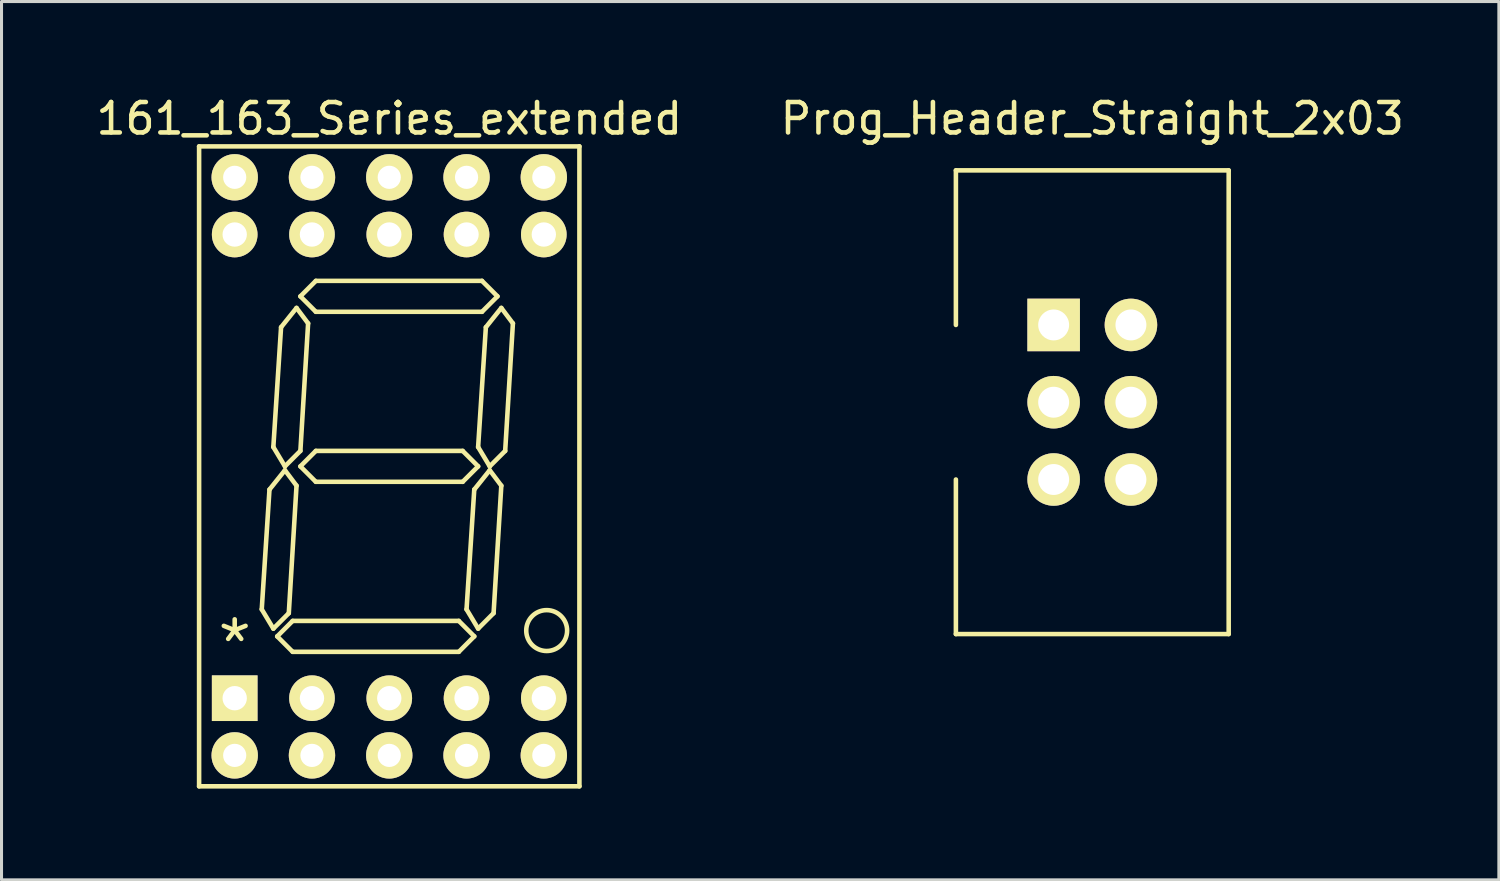
<source format=kicad_pcb>
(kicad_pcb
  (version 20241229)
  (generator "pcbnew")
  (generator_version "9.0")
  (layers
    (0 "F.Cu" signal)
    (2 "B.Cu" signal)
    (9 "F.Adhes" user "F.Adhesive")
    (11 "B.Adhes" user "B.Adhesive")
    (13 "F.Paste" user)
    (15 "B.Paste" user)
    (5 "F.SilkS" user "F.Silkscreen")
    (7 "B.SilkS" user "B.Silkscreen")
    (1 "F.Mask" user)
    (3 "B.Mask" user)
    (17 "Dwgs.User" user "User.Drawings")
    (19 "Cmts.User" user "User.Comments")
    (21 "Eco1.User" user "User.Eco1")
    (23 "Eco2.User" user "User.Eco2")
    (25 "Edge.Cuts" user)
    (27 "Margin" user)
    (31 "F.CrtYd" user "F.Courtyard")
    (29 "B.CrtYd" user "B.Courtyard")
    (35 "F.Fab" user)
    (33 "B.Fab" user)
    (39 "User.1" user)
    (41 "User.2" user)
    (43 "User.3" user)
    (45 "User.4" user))
  (footprint "Prog_Header_Straight_2x03"
    (layer "F.Cu")
    (at 32.851 10.17)
    (property "Reference" "Prog_Header_Straight_2x03" (at 0 -9.322 0) (layer "F.SilkS") (effects (font (size 1 1) (thickness 0.15))))
    (attr through_hole)
    (fp_line (start -4.483 -7.62) (end -4.483 -2.54) (stroke (width 0.15) (type solid)) (layer "F.SilkS"))
    (fp_line (start -4.483 2.54) (end -4.483 7.62) (stroke (width 0.15) (type solid)) (layer "F.SilkS"))
    (fp_line (start -4.483 7.62) (end 4.483 7.62) (stroke (width 0.15) (type solid)) (layer "F.SilkS"))
    (fp_line (start 4.483 -7.62) (end -4.483 -7.62) (stroke (width 0.15) (type solid)) (layer "F.SilkS"))
    (fp_line (start 4.483 -7.62) (end 4.483 7.62) (stroke (width 0.15) (type solid)) (layer "F.SilkS"))
    (pad "1" thru_hole rect (at -1.27 -2.54) (size 1.727 1.727) (drill 1.016) (layers "*.Cu" "*.Mask" "F.SilkS"))
    (pad "2" thru_hole oval (at 1.27 -2.54) (size 1.727 1.727) (drill 1.016) (layers "*.Cu" "*.Mask" "F.SilkS"))
    (pad "3" thru_hole oval (at -1.27 0) (size 1.727 1.727) (drill 1.016) (layers "*.Cu" "*.Mask" "F.SilkS"))
    (pad "4" thru_hole oval (at 1.27 0) (size 1.727 1.727) (drill 1.016) (layers "*.Cu" "*.Mask" "F.SilkS"))
    (pad "5" thru_hole oval (at -1.27 2.54) (size 1.727 1.727) (drill 1.016) (layers "*.Cu" "*.Mask" "F.SilkS"))
    (pad "6" thru_hole oval (at 1.27 2.54) (size 1.727 1.727) (drill 1.016) (layers "*.Cu" "*.Mask" "F.SilkS")))
  (footprint "161_163_Series_extended"
    (layer "F.Cu")
    (at 9.744 12.278)
    (property "Reference" "161_163_Series_extended" (at 0 -11.43 0) (layer "F.SilkS") (effects (font (size 1 1) (thickness 0.15))))
    (attr through_hole)
    (fp_line (start -6.25 -10.516) (end -6.25 10.516) (stroke (width 0.15) (type solid)) (layer "F.SilkS"))
    (fp_line (start -6.25 10.516) (end 6.25 10.516) (stroke (width 0.15) (type solid)) (layer "F.SilkS"))
    (fp_line (start -4.191 4.699) (end -3.937 0.762) (stroke (width 0.15) (type solid)) (layer "F.SilkS"))
    (fp_line (start -4.191 4.699) (end -3.81 5.334) (stroke (width 0.15) (type solid)) (layer "F.SilkS"))
    (fp_line (start -3.81 -0.635) (end -3.556 -4.572) (stroke (width 0.15) (type solid)) (layer "F.SilkS"))
    (fp_line (start -3.81 -0.635) (end -3.429 0) (stroke (width 0.15) (type solid)) (layer "F.SilkS"))
    (fp_line (start -3.683 5.588) (end -3.175 5.08) (stroke (width 0.15) (type solid)) (layer "F.SilkS"))
    (fp_line (start -3.429 0.127) (end -3.937 0.762) (stroke (width 0.15) (type solid)) (layer "F.SilkS"))
    (fp_line (start -3.429 0.127) (end -3.048 0.635) (stroke (width 0.15) (type solid)) (layer "F.SilkS"))
    (fp_line (start -3.302 4.826) (end -3.81 5.334) (stroke (width 0.15) (type solid)) (layer "F.SilkS"))
    (fp_line (start -3.175 5.08) (end 2.286 5.08) (stroke (width 0.15) (type solid)) (layer "F.SilkS"))
    (fp_line (start -3.175 6.096) (end -3.683 5.588) (stroke (width 0.15) (type solid)) (layer "F.SilkS"))
    (fp_line (start -3.048 -5.207) (end -3.556 -4.572) (stroke (width 0.15) (type solid)) (layer "F.SilkS"))
    (fp_line (start -3.048 -5.207) (end -2.667 -4.699) (stroke (width 0.15) (type solid)) (layer "F.SilkS"))
    (fp_line (start -3.048 0.635) (end -3.302 4.826) (stroke (width 0.15) (type solid)) (layer "F.SilkS"))
    (fp_line (start -2.921 -5.588) (end -2.413 -6.096) (stroke (width 0.15) (type solid)) (layer "F.SilkS"))
    (fp_line (start -2.921 -0.508) (end -3.429 0) (stroke (width 0.15) (type solid)) (layer "F.SilkS"))
    (fp_line (start -2.921 0) (end -2.413 -0.508) (stroke (width 0.15) (type solid)) (layer "F.SilkS"))
    (fp_line (start -2.667 -4.699) (end -2.921 -0.508) (stroke (width 0.15) (type solid)) (layer "F.SilkS"))
    (fp_line (start -2.413 -6.096) (end 3.048 -6.096) (stroke (width 0.15) (type solid)) (layer "F.SilkS"))
    (fp_line (start -2.413 -5.08) (end -2.921 -5.588) (stroke (width 0.15) (type solid)) (layer "F.SilkS"))
    (fp_line (start -2.413 -0.508) (end 2.413 -0.508) (stroke (width 0.15) (type solid)) (layer "F.SilkS"))
    (fp_line (start -2.413 0.508) (end -2.921 0) (stroke (width 0.15) (type solid)) (layer "F.SilkS"))
    (fp_line (start -2.413 0.508) (end 2.413 0.508) (stroke (width 0.15) (type solid)) (layer "F.SilkS"))
    (fp_line (start 2.286 6.096) (end -3.175 6.096) (stroke (width 0.15) (type solid)) (layer "F.SilkS"))
    (fp_line (start 2.286 6.096) (end 2.794 5.588) (stroke (width 0.15) (type solid)) (layer "F.SilkS"))
    (fp_line (start 2.413 0.508) (end 2.921 0) (stroke (width 0.15) (type solid)) (layer "F.SilkS"))
    (fp_line (start 2.54 4.699) (end 2.794 0.762) (stroke (width 0.15) (type solid)) (layer "F.SilkS"))
    (fp_line (start 2.54 4.699) (end 2.921 5.334) (stroke (width 0.15) (type solid)) (layer "F.SilkS"))
    (fp_line (start 2.794 5.588) (end 2.286 5.08) (stroke (width 0.15) (type solid)) (layer "F.SilkS"))
    (fp_line (start 2.921 -0.635) (end 3.175 -4.572) (stroke (width 0.15) (type solid)) (layer "F.SilkS"))
    (fp_line (start 2.921 -0.635) (end 3.302 0) (stroke (width 0.15) (type solid)) (layer "F.SilkS"))
    (fp_line (start 2.921 0) (end 2.413 -0.508) (stroke (width 0.15) (type solid)) (layer "F.SilkS"))
    (fp_line (start 3.048 -5.08) (end -2.413 -5.08) (stroke (width 0.15) (type solid)) (layer "F.SilkS"))
    (fp_line (start 3.048 -5.08) (end 3.556 -5.588) (stroke (width 0.15) (type solid)) (layer "F.SilkS"))
    (fp_line (start 3.302 0.127) (end 2.794 0.762) (stroke (width 0.15) (type solid)) (layer "F.SilkS"))
    (fp_line (start 3.302 0.127) (end 3.683 0.635) (stroke (width 0.15) (type solid)) (layer "F.SilkS"))
    (fp_line (start 3.429 4.826) (end 2.921 5.334) (stroke (width 0.15) (type solid)) (layer "F.SilkS"))
    (fp_line (start 3.556 -5.588) (end 3.048 -6.096) (stroke (width 0.15) (type solid)) (layer "F.SilkS"))
    (fp_line (start 3.683 -5.207) (end 3.175 -4.572) (stroke (width 0.15) (type solid)) (layer "F.SilkS"))
    (fp_line (start 3.683 -5.207) (end 4.064 -4.699) (stroke (width 0.15) (type solid)) (layer "F.SilkS"))
    (fp_line (start 3.683 0.635) (end 3.429 4.826) (stroke (width 0.15) (type solid)) (layer "F.SilkS"))
    (fp_line (start 3.81 -0.508) (end 3.302 0) (stroke (width 0.15) (type solid)) (layer "F.SilkS"))
    (fp_line (start 4.064 -4.699) (end 3.81 -0.508) (stroke (width 0.15) (type solid)) (layer "F.SilkS"))
    (fp_line (start 6.25 -10.516) (end -6.25 -10.516) (stroke (width 0.15) (type solid)) (layer "F.SilkS"))
    (fp_line (start 6.25 10.516) (end 6.25 -10.516) (stroke (width 0.15) (type solid)) (layer "F.SilkS"))
    (fp_circle (center 5.174 5.397) (end 5.649 5.872) (stroke (width 0.15) (type solid)) (fill no) (layer "F.SilkS"))
    (fp_text user "*" (at -5.08 5.842 0) (layer "F.SilkS") (effects (font (size 1.5 1.5) (thickness 0.15))))
    (pad "1" thru_hole rect (at -5.08 7.62) (size 1.5 1.5) (drill 0.8) (layers "*.Cu" "*.Mask" "F.SilkS"))
    (pad "1" thru_hole circle (at -5.08 9.5) (size 1.524 1.524) (drill 0.762) (layers "*.Cu" "*.Mask" "F.SilkS"))
    (pad "2" thru_hole circle (at -2.54 7.62) (size 1.5 1.5) (drill 0.8) (layers "*.Cu" "*.Mask" "F.SilkS"))
    (pad "2" thru_hole circle (at -2.54 9.5) (size 1.524 1.524) (drill 0.762) (layers "*.Cu" "*.Mask" "F.SilkS"))
    (pad "3" thru_hole circle (at 0 7.62) (size 1.5 1.5) (drill 0.8) (layers "*.Cu" "*.Mask" "F.SilkS"))
    (pad "3" thru_hole circle (at 0 9.5) (size 1.524 1.524) (drill 0.762) (layers "*.Cu" "*.Mask" "F.SilkS"))
    (pad "4" thru_hole circle (at 2.54 7.62) (size 1.5 1.5) (drill 0.8) (layers "*.Cu" "*.Mask" "F.SilkS"))
    (pad "4" thru_hole circle (at 2.54 9.5) (size 1.524 1.524) (drill 0.762) (layers "*.Cu" "*.Mask" "F.SilkS"))
    (pad "5" thru_hole circle (at 5.08 7.62) (size 1.5 1.5) (drill 0.8) (layers "*.Cu" "*.Mask" "F.SilkS"))
    (pad "5" thru_hole circle (at 5.08 9.5) (size 1.524 1.524) (drill 0.762) (layers "*.Cu" "*.Mask" "F.SilkS"))
    (pad "6" thru_hole circle (at 5.08 -9.5) (size 1.524 1.524) (drill 0.762) (layers "*.Cu" "*.Mask" "F.SilkS"))
    (pad "6" thru_hole circle (at 5.08 -7.62) (size 1.5 1.5) (drill 0.8) (layers "*.Cu" "*.Mask" "F.SilkS"))
    (pad "7" thru_hole circle (at 2.54 -9.5) (size 1.524 1.524) (drill 0.762) (layers "*.Cu" "*.Mask" "F.SilkS"))
    (pad "7" thru_hole circle (at 2.54 -7.62) (size 1.5 1.5) (drill 0.8) (layers "*.Cu" "*.Mask" "F.SilkS"))
    (pad "8" thru_hole circle (at 0 -9.5) (size 1.524 1.524) (drill 0.762) (layers "*.Cu" "*.Mask" "F.SilkS"))
    (pad "8" thru_hole circle (at 0 -7.62) (size 1.5 1.5) (drill 0.8) (layers "*.Cu" "*.Mask" "F.SilkS"))
    (pad "9" thru_hole circle (at -2.54 -9.5) (size 1.524 1.524) (drill 0.762) (layers "*.Cu" "*.Mask" "F.SilkS"))
    (pad "9" thru_hole circle (at -2.54 -7.62) (size 1.5 1.5) (drill 0.8) (layers "*.Cu" "*.Mask" "F.SilkS"))
    (pad "10" thru_hole circle (at -5.08 -9.5) (size 1.524 1.524) (drill 0.762) (layers "*.Cu" "*.Mask" "F.SilkS"))
    (pad "10" thru_hole circle (at -5.08 -7.62) (size 1.5 1.5) (drill 0.8) (layers "*.Cu" "*.Mask" "F.SilkS")))
  (gr_rect
    (start -3 -3)
    (end 46.214 25.869)
    (stroke (width 0.1) (type default))
    (fill no)
    (layer "Edge.Cuts")))
</source>
